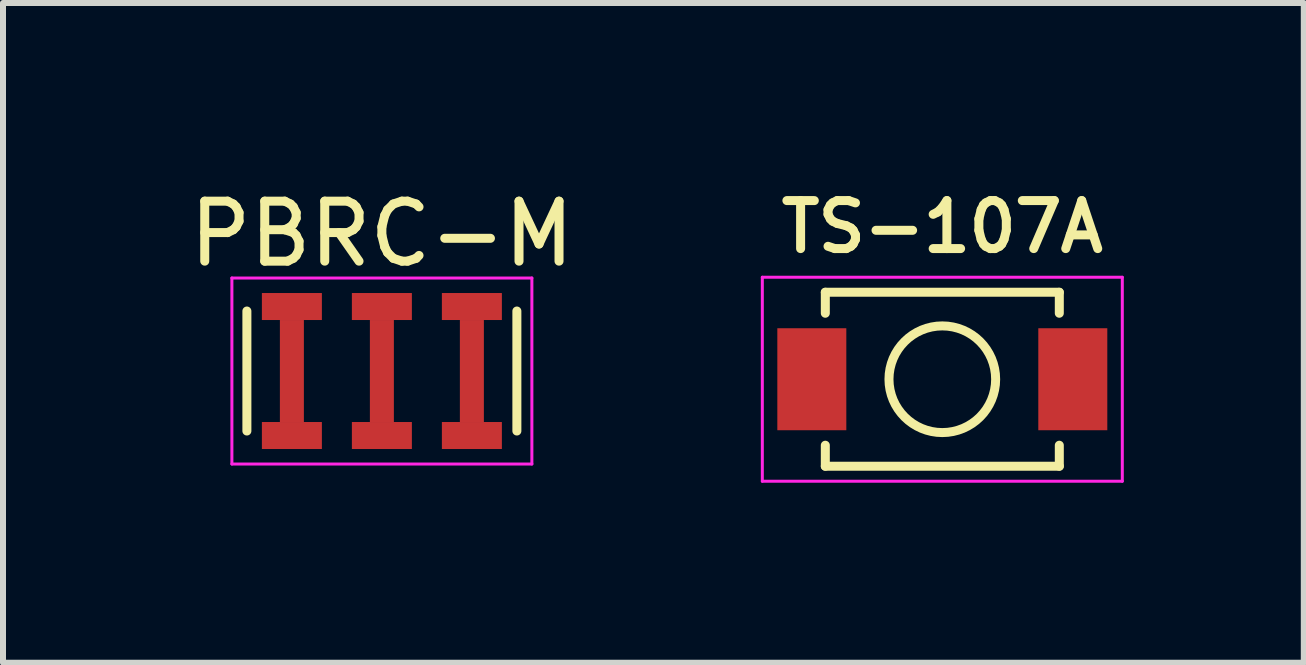
<source format=kicad_pcb>
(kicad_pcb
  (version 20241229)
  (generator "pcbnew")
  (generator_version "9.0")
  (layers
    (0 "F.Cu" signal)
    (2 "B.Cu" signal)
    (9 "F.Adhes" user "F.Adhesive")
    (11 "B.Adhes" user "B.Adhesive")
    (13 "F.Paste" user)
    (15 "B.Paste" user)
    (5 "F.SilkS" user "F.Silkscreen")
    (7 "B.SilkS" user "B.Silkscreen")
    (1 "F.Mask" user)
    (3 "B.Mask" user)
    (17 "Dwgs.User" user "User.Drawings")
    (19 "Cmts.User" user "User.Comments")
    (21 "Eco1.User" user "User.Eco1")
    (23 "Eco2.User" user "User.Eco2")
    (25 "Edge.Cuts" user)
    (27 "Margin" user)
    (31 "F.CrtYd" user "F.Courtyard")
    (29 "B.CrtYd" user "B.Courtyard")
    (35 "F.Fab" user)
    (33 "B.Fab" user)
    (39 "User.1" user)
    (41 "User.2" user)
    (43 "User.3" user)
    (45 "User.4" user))
  (footprint "PBRC-M"
    (layer "F.Cu")
    (at 3.315 3.134)
    (property "Reference" "PBRC-M" (at 0 -2.286 0) (layer "F.SilkS") (effects (font (size 1 1) (thickness 0.15))))
    (attr through_hole)
    (fp_line (start -2.25 -1) (end -2.25 1) (stroke (width 0.15) (type solid)) (layer "F.SilkS"))
    (fp_line (start 2.25 -1) (end 2.25 1) (stroke (width 0.15) (type solid)) (layer "F.SilkS"))
    (fp_line (start -2.5 -1.55) (end -2.5 1.55) (stroke (width 0.05) (type solid)) (layer "F.CrtYd"))
    (fp_line (start -2.5 -1.55) (end 2.5 -1.55) (stroke (width 0.05) (type solid)) (layer "F.CrtYd"))
    (fp_line (start -2.5 1.55) (end 2.5 1.55) (stroke (width 0.05) (type solid)) (layer "F.CrtYd"))
    (fp_line (start 2.5 1.55) (end 2.5 -1.55) (stroke (width 0.05) (type solid)) (layer "F.CrtYd"))
    (pad "1" smd rect (at -1.5 -1.075) (size 1 0.45) (layers "F.Cu" "F.Mask" "F.Paste"))
    (pad "1" smd rect (at -1.5 0) (size 0.4 1.7) (layers "F.Cu" "F.Mask" "F.Paste"))
    (pad "1" smd rect (at -1.5 1.075) (size 1 0.45) (layers "F.Cu" "F.Mask" "F.Paste"))
    (pad "2" smd rect (at 0 -1.075) (size 1 0.45) (layers "F.Cu" "F.Mask" "F.Paste"))
    (pad "2" smd rect (at 0 0) (size 0.4 1.7) (layers "F.Cu" "F.Mask" "F.Paste"))
    (pad "2" smd rect (at 0 1.075) (size 1 0.45) (layers "F.Cu" "F.Mask" "F.Paste"))
    (pad "3" smd rect (at 1.5 -1.075) (size 1 0.45) (layers "F.Cu" "F.Mask" "F.Paste"))
    (pad "3" smd rect (at 1.5 0) (size 0.4 1.7) (layers "F.Cu" "F.Mask" "F.Paste"))
    (pad "3" smd rect (at 1.5 1.075) (size 1 0.45) (layers "F.Cu" "F.Mask" "F.Paste")))
  (footprint "TS-107A"
    (layer "F.Cu")
    (at 12.656 3.271)
    (property "Reference" "TS-107A" (at 0 -2.54 0) (layer "F.SilkS") (effects (font (size 0.8 0.8) (thickness 0.15))))
    (attr through_hole)
    (fp_line (start -1.95 -1.45) (end 1.95 -1.45) (stroke (width 0.15) (type solid)) (layer "F.SilkS"))
    (fp_line (start -1.95 -1.1) (end -1.95 -1.45) (stroke (width 0.15) (type solid)) (layer "F.SilkS"))
    (fp_line (start -1.95 1.1) (end -1.95 1.45) (stroke (width 0.15) (type solid)) (layer "F.SilkS"))
    (fp_line (start -1.95 1.45) (end 1.95 1.45) (stroke (width 0.15) (type solid)) (layer "F.SilkS"))
    (fp_line (start 1.95 -1.45) (end 1.95 -1.1) (stroke (width 0.15) (type solid)) (layer "F.SilkS"))
    (fp_line (start 1.95 1.45) (end 1.95 1.1) (stroke (width 0.15) (type solid)) (layer "F.SilkS"))
    (fp_circle (center 0 0) (end -0.889 0) (stroke (width 0.15) (type solid)) (fill no) (layer "F.SilkS"))
    (fp_line (start -3 -1.7) (end 3 -1.7) (stroke (width 0.05) (type solid)) (layer "F.CrtYd"))
    (fp_line (start -3 1.7) (end -3 -1.7) (stroke (width 0.05) (type solid)) (layer "F.CrtYd"))
    (fp_line (start 3 -1.7) (end 3 1.7) (stroke (width 0.05) (type solid)) (layer "F.CrtYd"))
    (fp_line (start 3 1.7) (end -3 1.7) (stroke (width 0.05) (type solid)) (layer "F.CrtYd"))
    (pad "1" smd rect (at -2.175 0) (size 1.15 1.7) (layers "F.Cu" "F.Mask" "F.Paste"))
    (pad "2" smd rect (at 2.175 0) (size 1.15 1.7) (layers "F.Cu" "F.Mask" "F.Paste")))
  (gr_rect
    (start -3 -3)
    (end 18.681 7.996)
    (stroke (width 0.1) (type default))
    (fill no)
    (layer "Edge.Cuts")))
</source>
